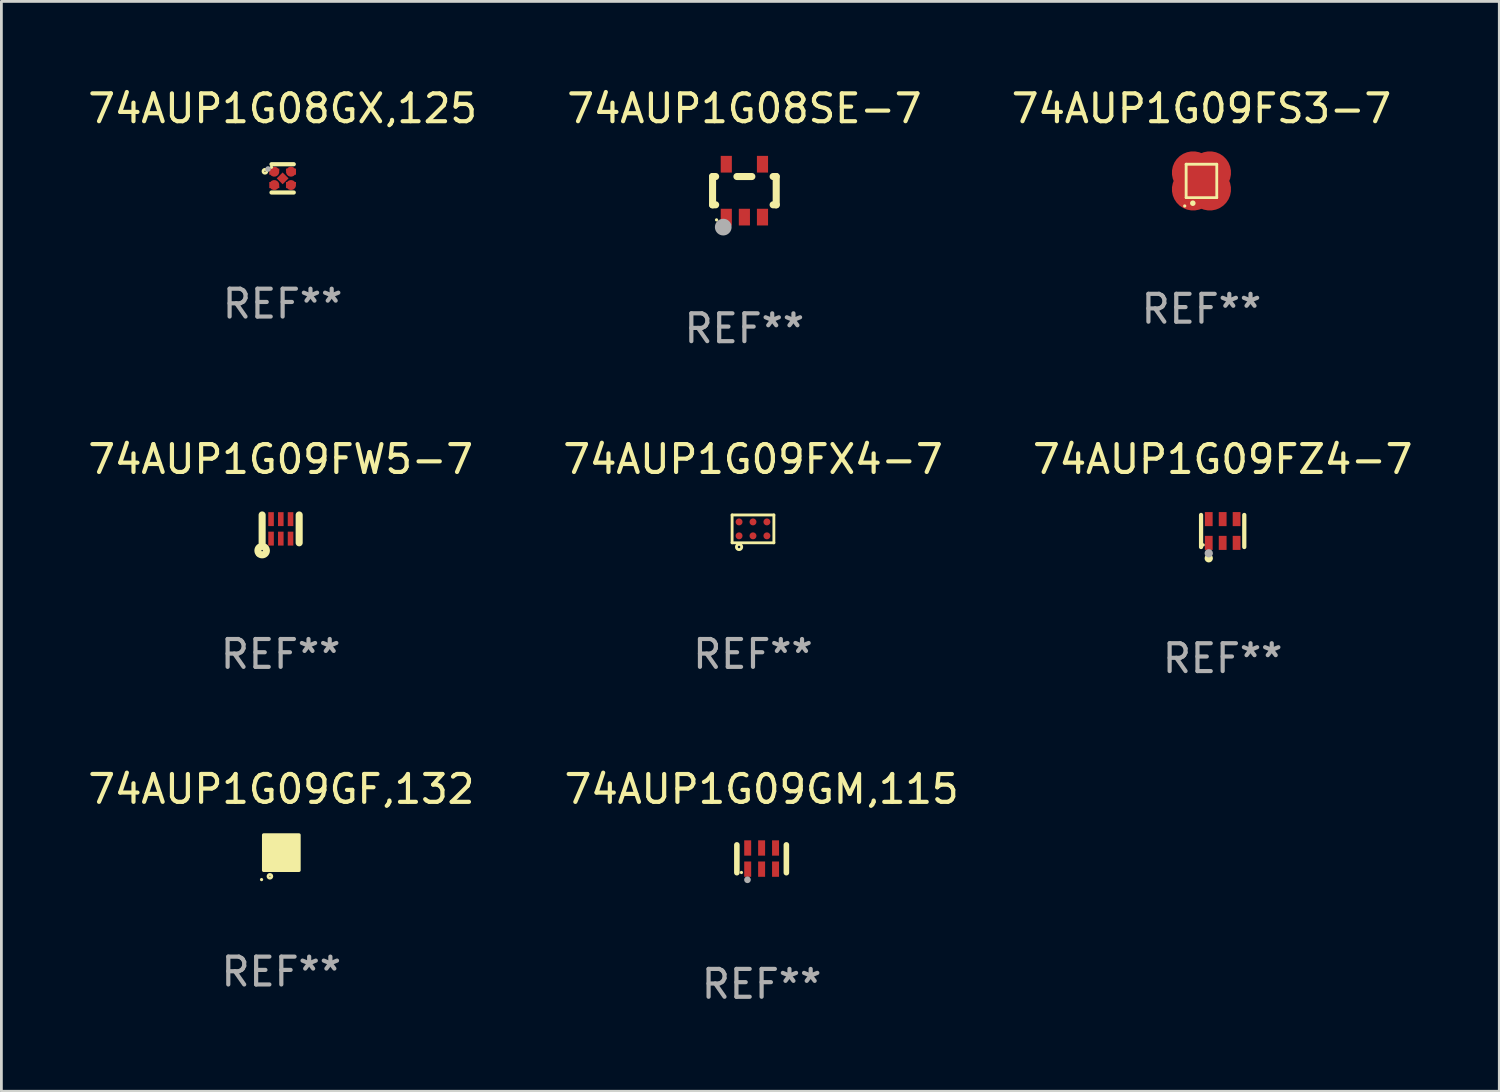
<source format=kicad_pcb>
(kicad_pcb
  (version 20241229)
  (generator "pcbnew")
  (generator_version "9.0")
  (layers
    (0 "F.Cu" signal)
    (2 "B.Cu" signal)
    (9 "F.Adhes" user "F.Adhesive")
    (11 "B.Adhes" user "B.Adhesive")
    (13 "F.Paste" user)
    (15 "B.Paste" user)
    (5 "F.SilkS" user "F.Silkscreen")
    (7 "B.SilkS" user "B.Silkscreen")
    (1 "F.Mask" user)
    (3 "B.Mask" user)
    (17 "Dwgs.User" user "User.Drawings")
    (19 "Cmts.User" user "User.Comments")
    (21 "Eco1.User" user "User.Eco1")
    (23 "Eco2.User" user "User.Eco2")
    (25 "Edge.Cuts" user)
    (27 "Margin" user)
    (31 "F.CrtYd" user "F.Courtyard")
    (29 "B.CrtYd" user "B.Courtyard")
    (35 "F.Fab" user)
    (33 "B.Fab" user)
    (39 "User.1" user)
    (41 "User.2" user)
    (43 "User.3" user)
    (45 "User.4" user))
  (footprint "74AUP1G09FZ4-7"
    (layer "F.Cu")
    (at 40.863 16.021)
    (property "Reference" "74AUP1G09FZ4-7" (at 0 -2.576 0) (layer "F.SilkS") (effects (font (size 1 1) (thickness 0.15))))
    (attr through_hole)
    (fp_line (start -0.776 0.576) (end -0.776 -0.576) (stroke (width 0.152) (type solid)) (layer "F.SilkS"))
    (fp_line (start 0.776 0.576) (end 0.776 -0.576) (stroke (width 0.152) (type solid)) (layer "F.SilkS"))
    (fp_circle (center -0.7 0.5) (end -0.67 0.5) (stroke (width 0.06) (type solid)) (fill no) (layer "F.SilkS"))
    (fp_circle (center -0.5 0.98) (end -0.425 0.98) (stroke (width 0.15) (type solid)) (fill no) (layer "F.SilkS"))
    (fp_circle (center -0.5 0.8) (end -0.425 0.8) (stroke (width 0.15) (type solid)) (fill no) (layer "F.Fab"))
    (fp_text user "REF**" (at 0 4.576 0) (layer "F.Fab") (effects (font (size 1 1) (thickness 0.15))))
    (pad "1" smd rect (at -0.5 0.427) (size 0.28 0.505) (layers "F.Cu" "F.Mask" "F.Paste"))
    (pad "2" smd rect (at 0 0.427) (size 0.28 0.505) (layers "F.Cu" "F.Mask" "F.Paste"))
    (pad "3" smd rect (at 0.5 0.427) (size 0.28 0.505) (layers "F.Cu" "F.Mask" "F.Paste"))
    (pad "4" smd rect (at 0.5 -0.427) (size 0.28 0.505) (layers "F.Cu" "F.Mask" "F.Paste"))
    (pad "5" smd rect (at 0 -0.427) (size 0.28 0.505) (layers "F.Cu" "F.Mask" "F.Paste"))
    (pad "6" smd rect (at -0.5 -0.427) (size 0.28 0.505) (layers "F.Cu" "F.Mask" "F.Paste")))
  (footprint "74AUP1G09GM,115"
    (layer "F.Cu")
    (at 24.304 27.794)
    (property "Reference" "74AUP1G09GM,115" (at 0 -2.5 0) (layer "F.SilkS") (effects (font (size 1 1) (thickness 0.15))))
    (attr through_hole)
    (fp_line (start -0.889 0.5) (end -0.889 -0.5) (stroke (width 0.2) (type solid)) (layer "F.SilkS"))
    (fp_line (start 0.889 0.5) (end 0.889 -0.5) (stroke (width 0.2) (type solid)) (layer "F.SilkS"))
    (fp_circle (center -0.725 0.492) (end -0.695 0.492) (stroke (width 0.06) (type solid)) (fill no) (layer "F.SilkS"))
    (fp_circle (center -0.508 0.754) (end -0.448 0.754) (stroke (width 0.12) (type solid)) (fill no) (layer "F.Fab"))
    (fp_text user "REF**" (at 0 4.5 0) (layer "F.Fab") (effects (font (size 1 1) (thickness 0.15))))
    (pad "1" smd rect (at -0.5 0.372) (size 0.25 0.55) (layers "F.Cu" "F.Mask" "F.Paste"))
    (pad "2" smd rect (at -0.000127 0.372) (size 0.25 0.55) (layers "F.Cu" "F.Mask" "F.Paste"))
    (pad "3" smd rect (at 0.5 0.372) (size 0.25 0.55) (layers "F.Cu" "F.Mask" "F.Paste"))
    (pad "4" smd rect (at 0.5 -0.388 180) (size 0.25 0.55) (layers "F.Cu" "F.Mask" "F.Paste"))
    (pad "5" smd rect (at -0.000127 -0.388 180) (size 0.25 0.55) (layers "F.Cu" "F.Mask" "F.Paste"))
    (pad "6" smd rect (at -0.5 -0.388 180) (size 0.25 0.55) (layers "F.Cu" "F.Mask" "F.Paste")))
  (footprint "74AUP1G09FW5-7"
    (layer "F.Cu")
    (at 7.03 15.945)
    (property "Reference" "74AUP1G09FW5-7" (at 0 -2.5 0) (layer "F.SilkS") (effects (font (size 1 1) (thickness 0.15))))
    (attr through_hole)
    (fp_line (start -0.665 0.5) (end -0.665 -0.5) (stroke (width 0.254) (type solid)) (layer "F.SilkS"))
    (fp_line (start 0.665 0.5) (end 0.665 -0.5) (stroke (width 0.254) (type solid)) (layer "F.SilkS"))
    (fp_circle (center -0.817 0.933) (end -0.787 0.933) (stroke (width 0.06) (type solid)) (fill no) (layer "F.SilkS"))
    (fp_circle (center -0.665 0.78) (end -0.64 0.78) (stroke (width 0.254) (type solid)) (fill no) (layer "F.SilkS"))
    (fp_text user "REF**" (at 0 4.5 0) (layer "F.Fab") (effects (font (size 1 1) (thickness 0.15))))
    (pad "1" smd rect (at -0.345 0.35 180) (size 0.2 0.5) (layers "F.Cu" "F.Mask" "F.Paste"))
    (pad "2" smd rect (at 0.005 0.35 180) (size 0.2 0.5) (layers "F.Cu" "F.Mask" "F.Paste"))
    (pad "3" smd rect (at 0.355 0.35 180) (size 0.2 0.5) (layers "F.Cu" "F.Mask" "F.Paste"))
    (pad "4" smd rect (at 0.355 -0.35 180) (size 0.2 0.5) (layers "F.Cu" "F.Mask" "F.Paste"))
    (pad "5" smd rect (at 0.005 -0.35 180) (size 0.2 0.5) (layers "F.Cu" "F.Mask" "F.Paste"))
    (pad "6" smd rect (at -0.345 -0.35 180) (size 0.2 0.5) (layers "F.Cu" "F.Mask" "F.Paste")))
  (footprint "74AUP1G09GF,132"
    (layer "F.Cu")
    (at 7.054 27.573)
    (property "Reference" "74AUP1G09GF,132" (at 0 -2.28 0) (layer "F.SilkS") (effects (font (size 1 1) (thickness 0.15))))
    (attr through_hole)
    (fp_circle (center -0.71 0.968) (end -0.68 0.968) (stroke (width 0.06) (type solid)) (fill no) (layer "F.SilkS"))
    (fp_circle (center -0.41 0.85) (end -0.342 0.85) (stroke (width 0.1) (type solid)) (fill no) (layer "F.SilkS"))
    (fp_poly (pts (xy -0.635 -0.635) (xy 0.635 -0.635) (xy 0.635 0.635) (xy -0.635 0.635)) (stroke (width 0.12) (type solid)) (fill yes) (layer "F.SilkS"))
    (fp_text user "REF**" (at 0 4.28 0) (layer "F.Fab") (effects (font (size 1 1) (thickness 0.15))))
    (pad "1" smd rect (at -0.35 0.28 90) (size 0.35 0.2) (layers "F.Cu" "F.Mask" "F.Paste"))
    (pad "2" smd rect (at 0 0.28 90) (size 0.35 0.2) (layers "F.Cu" "F.Mask" "F.Paste"))
    (pad "3" smd rect (at 0.35 0.28 90) (size 0.35 0.2) (layers "F.Cu" "F.Mask" "F.Paste"))
    (pad "4" smd rect (at 0.35 -0.28 90) (size 0.35 0.2) (layers "F.Cu" "F.Mask" "F.Paste"))
    (pad "5" smd rect (at 0 -0.28 90) (size 0.35 0.2) (layers "F.Cu" "F.Mask" "F.Paste"))
    (pad "6" smd rect (at -0.35 -0.28 90) (size 0.35 0.2) (layers "F.Cu" "F.Mask" "F.Paste")))
  (footprint "74AUP1G09FS3-7"
    (layer "F.Cu")
    (at 40.101 3.448)
    (property "Reference" "74AUP1G09FS3-7" (at 0 -2.6 0) (layer "F.SilkS") (effects (font (size 1 1) (thickness 0.15))))
    (attr through_hole)
    (fp_line (start -0.55 -0.6) (end -0.55 0.6) (stroke (width 0.102) (type solid)) (layer "F.SilkS"))
    (fp_line (start 0.55 -0.6) (end -0.55 -0.6) (stroke (width 0.102) (type solid)) (layer "F.SilkS"))
    (fp_line (start 0.55 0.6) (end -0.55 0.6) (stroke (width 0.1) (type solid)) (layer "F.SilkS"))
    (fp_line (start 0.55 0.6) (end 0.55 -0.6) (stroke (width 0.1) (type solid)) (layer "F.SilkS"))
    (fp_circle (center -0.601 0.9) (end -0.571 0.9) (stroke (width 0.06) (type solid)) (fill no) (layer "F.SilkS"))
    (fp_circle (center -0.31 0.8) (end -0.26 0.8) (stroke (width 0.1) (type solid)) (fill no) (layer "F.SilkS"))
    (fp_text user "REF**" (at 0 4.6 0) (layer "F.Fab") (effects (font (size 1 1) (thickness 0.15))))
    (pad "1" smd custom (at -0.3 0.3 270) (size 1.524 1.524) (layers "F.Cu" "F.Mask" "F.Paste") (options (anchor circle)) (primitives (gr_poly (pts (xy -0.1 -0.2) (xy 0.012 -0.2) (xy 0.25 0.038) (xy 0.25 0.15) (xy -0.1 0.15)) (width 0) (fill yes))))
    (pad "2" smd custom (at 0.3 0.3 270) (size 1.524 1.524) (layers "F.Cu" "F.Mask" "F.Paste") (options (anchor circle)) (primitives (gr_poly (pts (xy 0.1 -0.2) (xy 0.1 0.15) (xy -0.25 0.15) (xy -0.25 0.038) (xy -0.012 -0.2)) (width 0) (fill yes))))
    (pad "3" smd rect (at 0.000102 -0.000102 315) (size 0.35 0.35) (layers "F.Cu" "F.Mask" "F.Paste"))
    (pad "4" smd custom (at 0.3 -0.3 270) (size 1.524 1.524) (layers "F.Cu" "F.Mask" "F.Paste") (options (anchor circle)) (primitives (gr_poly (pts (xy 0.1 -0.15) (xy 0.1 0.2) (xy -0.012 0.2) (xy -0.25 -0.038) (xy -0.25 -0.15)) (width 0) (fill yes))))
    (pad "5" smd custom (at -0.3 -0.3 270) (size 1.524 1.524) (layers "F.Cu" "F.Mask" "F.Paste") (options (anchor circle)) (primitives (gr_poly (pts (xy 0.25 -0.15) (xy 0.25 -0.03) (xy 0.012 0.2) (xy -0.1 0.2) (xy -0.1 -0.15)) (width 0) (fill yes)))))
  (footprint "74AUP1G08GX,125"
    (layer "F.Cu")
    (at 7.101 3.356)
    (property "Reference" "74AUP1G08GX,125" (at 0 -2.508 0) (layer "F.SilkS") (effects (font (size 1 1) (thickness 0.15))))
    (attr through_hole)
    (fp_line (start 0.4 -0.508) (end -0.4 -0.508) (stroke (width 0.15) (type solid)) (layer "F.SilkS"))
    (fp_line (start 0.4 0.508) (end -0.4 0.508) (stroke (width 0.15) (type solid)) (layer "F.SilkS"))
    (fp_circle (center -0.635 -0.254) (end -0.615 -0.254) (stroke (width 0.1) (type solid)) (fill no) (layer "F.SilkS"))
    (fp_circle (center -0.401 -0.4) (end -0.371 -0.4) (stroke (width 0.06) (type solid)) (fill no) (layer "F.SilkS"))
    (fp_circle (center -0.523 -0.337) (end -0.473 -0.337) (stroke (width 0.1) (type solid)) (fill no) (layer "F.Fab"))
    (fp_text user "REF**" (at 0 4.508 0) (layer "F.Fab") (effects (font (size 1 1) (thickness 0.15))))
    (pad "1" smd custom (at -0.3 -0.24) (size 0.36 0.22) (layers "F.Cu" "F.Mask" "F.Paste") (options (anchor circle)) (primitives (gr_poly (pts (xy -0.18 -0.11) (xy -0.18 0.11) (xy 0.000127 0.11) (xy 0.18 -0.03) (xy 0.18 -0.11) (xy -0.18 -0.11)) (width 0) (fill yes))))
    (pad "2" smd custom (at -0.3 0.24) (size 0.36 0.22) (layers "F.Cu" "F.Mask" "F.Paste") (options (anchor circle)) (primitives (gr_poly (pts (xy -0.18 0.11) (xy -0.18 -0.11) (xy 0.000127 -0.11) (xy 0.18 0.03) (xy 0.18 0.11) (xy -0.18 0.11)) (width 0) (fill yes))))
    (pad "3" smd rect (at 0.000102 -0.000127 45) (size 0.3 0.3) (layers "F.Cu" "F.Mask" "F.Paste"))
    (pad "4" smd custom (at 0.3 0.24 180) (size 0.36 0.22) (layers "F.Cu" "F.Mask" "F.Paste") (options (anchor circle)) (primitives (gr_poly (pts (xy 0.18 0.11) (xy 0.18 -0.11) (xy -0.000178 -0.11) (xy -0.18 0.03) (xy -0.18 0.11) (xy 0.18 0.11)) (width 0) (fill yes))))
    (pad "5" smd custom (at 0.3 -0.24) (size 0.36 0.22) (layers "F.Cu" "F.Mask" "F.Paste") (options (anchor circle)) (primitives (gr_poly (pts (xy 0.18 -0.11) (xy 0.18 0.11) (xy -0.000152 0.11) (xy -0.18 -0.03) (xy -0.18 -0.11) (xy 0.18 -0.11)) (width 0) (fill yes)))))
  (footprint "74AUP1G09FX4-7"
    (layer "F.Cu")
    (at 23.994 15.945)
    (property "Reference" "74AUP1G09FX4-7" (at 0 -2.5 0) (layer "F.SilkS") (effects (font (size 1 1) (thickness 0.15))))
    (attr through_hole)
    (fp_line (start -0.75 -0.5) (end 0.75 -0.5) (stroke (width 0.102) (type solid)) (layer "F.SilkS"))
    (fp_line (start -0.75 0.5) (end -0.75 -0.5) (stroke (width 0.102) (type solid)) (layer "F.SilkS"))
    (fp_line (start -0.75 0.5) (end 0.75 0.5) (stroke (width 0.102) (type solid)) (layer "F.SilkS"))
    (fp_line (start 0.75 -0.5) (end 0.75 0.5) (stroke (width 0.102) (type solid)) (layer "F.SilkS"))
    (fp_circle (center -0.5 0.65) (end -0.455 0.65) (stroke (width 0.102) (type solid)) (fill no) (layer "F.SilkS"))
    (fp_text user "REF**" (at 0 4.5 0) (layer "F.Fab") (effects (font (size 1 1) (thickness 0.15))))
    (pad "1" smd circle (at -0.5 0.25) (size 0.25 0.25) (layers "F.Cu" "F.Mask" "F.Paste"))
    (pad "2" smd circle (at 0 0.25) (size 0.25 0.25) (layers "F.Cu" "F.Mask" "F.Paste"))
    (pad "3" smd circle (at 0.5 0.25) (size 0.25 0.25) (layers "F.Cu" "F.Mask" "F.Paste"))
    (pad "4" smd circle (at 0.5 -0.25) (size 0.25 0.25) (layers "F.Cu" "F.Mask" "F.Paste"))
    (pad "5" smd circle (at 0 -0.25) (size 0.25 0.25) (layers "F.Cu" "F.Mask" "F.Paste"))
    (pad "6" smd circle (at -0.5 -0.25) (size 0.25 0.25) (layers "F.Cu" "F.Mask" "F.Paste")))
  (footprint "74AUP1G08SE-7"
    (layer "F.Cu")
    (at 23.685 3.798)
    (property "Reference" "74AUP1G08SE-7" (at 0 -2.95 0) (layer "F.SilkS") (effects (font (size 1 1) (thickness 0.15))))
    (attr through_hole)
    (fp_line (start -1.143 -0.508) (end -1.032 -0.508) (stroke (width 0.254) (type solid)) (layer "F.SilkS"))
    (fp_line (start -1.143 0.508) (end -1.143 -0.508) (stroke (width 0.254) (type solid)) (layer "F.SilkS"))
    (fp_line (start -1.032 0.508) (end -1.143 0.508) (stroke (width 0.254) (type solid)) (layer "F.SilkS"))
    (fp_line (start -0.268 -0.508) (end 0.268 -0.508) (stroke (width 0.254) (type solid)) (layer "F.SilkS"))
    (fp_line (start 1.032 -0.508) (end 1.143 -0.508) (stroke (width 0.254) (type solid)) (layer "F.SilkS"))
    (fp_line (start 1.143 -0.508) (end 1.143 0.508) (stroke (width 0.254) (type solid)) (layer "F.SilkS"))
    (fp_line (start 1.143 0.508) (end 1.032 0.508) (stroke (width 0.254) (type solid)) (layer "F.SilkS"))
    (fp_circle (center -1 1.05) (end -0.97 1.05) (stroke (width 0.06) (type solid)) (fill no) (layer "F.SilkS"))
    (fp_circle (center -0.759 1.309) (end -0.609 1.309) (stroke (width 0.3) (type solid)) (fill no) (layer "F.Fab"))
    (fp_text user "REF**" (at 0 4.95 0) (layer "F.Fab") (effects (font (size 1 1) (thickness 0.15))))
    (pad "1" smd rect (at -0.65 0.95 180) (size 0.4 0.6) (layers "F.Cu" "F.Mask" "F.Paste"))
    (pad "2" smd rect (at 0 0.95 180) (size 0.4 0.6) (layers "F.Cu" "F.Mask" "F.Paste"))
    (pad "3" smd rect (at 0.65 0.95 180) (size 0.4 0.6) (layers "F.Cu" "F.Mask" "F.Paste"))
    (pad "4" smd rect (at 0.65 -0.95 180) (size 0.4 0.6) (layers "F.Cu" "F.Mask" "F.Paste"))
    (pad "5" smd rect (at -0.65 -0.95 180) (size 0.4 0.6) (layers "F.Cu" "F.Mask" "F.Paste")))
  (gr_rect
    (start -3 -3)
    (end 50.798 36.142)
    (stroke (width 0.1) (type default))
    (fill no)
    (layer "Edge.Cuts")))
</source>
